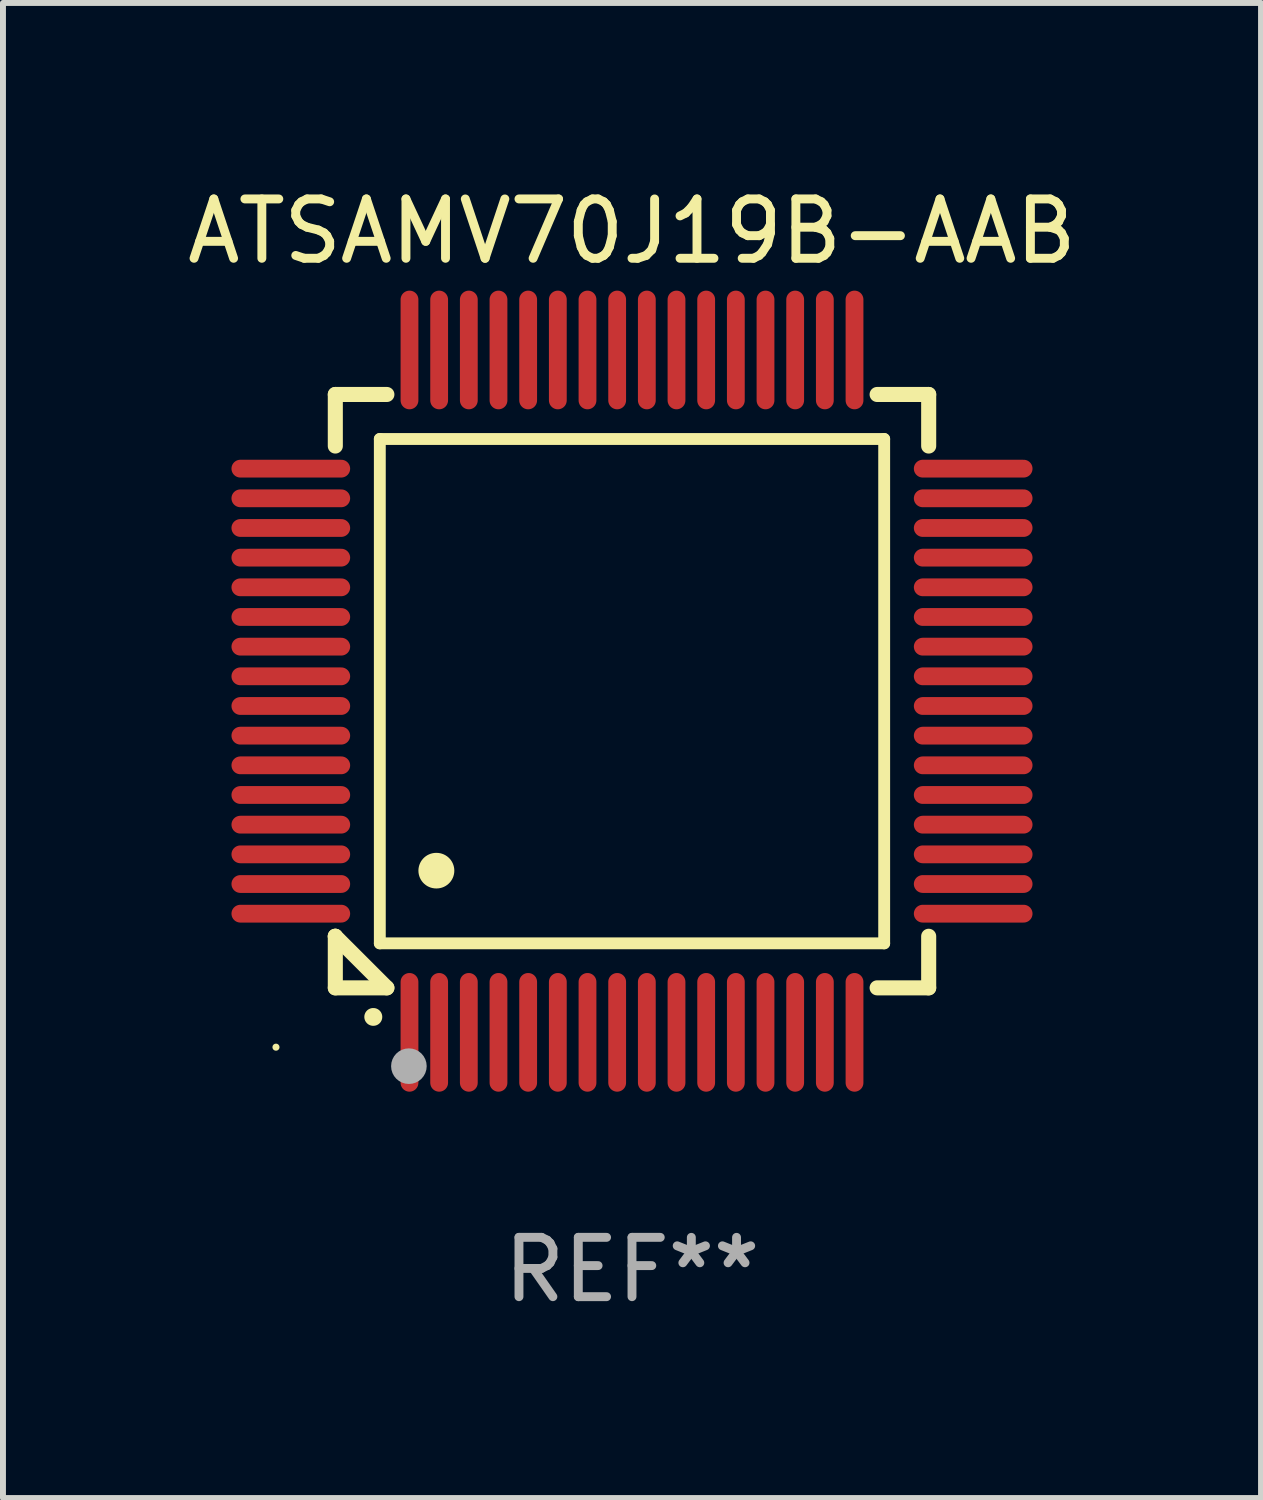
<source format=kicad_pcb>
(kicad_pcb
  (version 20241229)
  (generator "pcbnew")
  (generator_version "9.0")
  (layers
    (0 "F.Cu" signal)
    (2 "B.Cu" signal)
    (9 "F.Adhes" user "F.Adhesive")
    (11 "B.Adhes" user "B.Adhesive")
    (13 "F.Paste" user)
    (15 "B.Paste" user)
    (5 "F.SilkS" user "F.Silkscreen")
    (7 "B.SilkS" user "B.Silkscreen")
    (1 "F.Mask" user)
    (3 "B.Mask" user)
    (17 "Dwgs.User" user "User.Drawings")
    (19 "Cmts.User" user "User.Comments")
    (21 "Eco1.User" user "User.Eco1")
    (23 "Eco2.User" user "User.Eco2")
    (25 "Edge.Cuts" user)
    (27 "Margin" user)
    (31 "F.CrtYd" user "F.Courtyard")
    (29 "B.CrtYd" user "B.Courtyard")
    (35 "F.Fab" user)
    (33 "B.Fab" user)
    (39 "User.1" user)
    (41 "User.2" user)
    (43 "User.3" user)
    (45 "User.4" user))
  (footprint "ATSAMV70J19B-AAB"
    (layer "F.Cu")
    (at 7.601 8.598)
    (property "Reference" "ATSAMV70J19B-AAB" (at 0 -7.75 0) (layer "F.SilkS") (effects (font (size 1 1) (thickness 0.15))))
    (attr through_hole)
    (fp_line (start -5 -5) (end -4.131 -5) (stroke (width 0.254) (type solid)) (layer "F.SilkS"))
    (fp_line (start -5 -4.131) (end -5 -5) (stroke (width 0.254) (type solid)) (layer "F.SilkS"))
    (fp_line (start -5 4.131) (end -5 4.131) (stroke (width 0.254) (type solid)) (layer "F.SilkS"))
    (fp_line (start -5 5) (end -5 4.131) (stroke (width 0.254) (type solid)) (layer "F.SilkS"))
    (fp_line (start -5 4.131) (end -4.131 5) (stroke (width 0.254) (type solid)) (layer "F.SilkS"))
    (fp_line (start -4.25 -4.25) (end -4.25 4.25) (stroke (width 0.2) (type solid)) (layer "F.SilkS"))
    (fp_line (start -4.25 4.25) (end 4.25 4.25) (stroke (width 0.2) (type solid)) (layer "F.SilkS"))
    (fp_line (start -4.131 5) (end -5 5) (stroke (width 0.254) (type solid)) (layer "F.SilkS"))
    (fp_line (start 4.25 -4.25) (end -4.25 -4.25) (stroke (width 0.2) (type solid)) (layer "F.SilkS"))
    (fp_line (start 4.25 4.25) (end 4.25 -4.25) (stroke (width 0.2) (type solid)) (layer "F.SilkS"))
    (fp_line (start 5 -5) (end 4.131 -5) (stroke (width 0.254) (type solid)) (layer "F.SilkS"))
    (fp_line (start 5 -5) (end 5 -4.131) (stroke (width 0.254) (type solid)) (layer "F.SilkS"))
    (fp_line (start 5 4.131) (end 5 5) (stroke (width 0.254) (type solid)) (layer "F.SilkS"))
    (fp_line (start 5 5) (end 4.131 5) (stroke (width 0.254) (type solid)) (layer "F.SilkS"))
    (fp_arc (start -4.361265 5.489992) (mid -4.359995 5.489987) (end -4.358725 5.489992) (stroke (width 0.3) (type solid)) (layer "F.SilkS"))
    (fp_arc (start -3.299467 3.025146) (mid -3.296927 3.025135) (end -3.294387 3.025146) (stroke (width 0.6) (type solid)) (layer "F.SilkS"))
    (fp_circle (center -6 6) (end -5.97 6) (stroke (width 0.06) (type solid)) (fill no) (layer "F.SilkS"))
    (fp_circle (center -3.76 6.32) (end -3.61 6.32) (stroke (width 0.3) (type solid)) (fill no) (layer "F.Fab"))
    (fp_text user "REF**" (at 0 9.75 0) (layer "F.Fab") (effects (font (size 1 1) (thickness 0.15))))
    (pad "1" smd oval (at -3.75 5.75) (size 0.3 2) (layers "F.Cu" "F.Mask" "F.Paste"))
    (pad "2" smd oval (at -3.25 5.75) (size 0.3 2) (layers "F.Cu" "F.Mask" "F.Paste"))
    (pad "3" smd oval (at -2.75 5.75) (size 0.3 2) (layers "F.Cu" "F.Mask" "F.Paste"))
    (pad "4" smd oval (at -2.25 5.75) (size 0.3 2) (layers "F.Cu" "F.Mask" "F.Paste"))
    (pad "5" smd oval (at -1.75 5.75) (size 0.3 2) (layers "F.Cu" "F.Mask" "F.Paste"))
    (pad "6" smd oval (at -1.25 5.75) (size 0.3 2) (layers "F.Cu" "F.Mask" "F.Paste"))
    (pad "7" smd oval (at -0.75 5.75) (size 0.3 2) (layers "F.Cu" "F.Mask" "F.Paste"))
    (pad "8" smd oval (at -0.25 5.75) (size 0.3 2) (layers "F.Cu" "F.Mask" "F.Paste"))
    (pad "9" smd oval (at 0.25 5.75) (size 0.3 2) (layers "F.Cu" "F.Mask" "F.Paste"))
    (pad "10" smd oval (at 0.75 5.75) (size 0.3 2) (layers "F.Cu" "F.Mask" "F.Paste"))
    (pad "11" smd oval (at 1.25 5.75) (size 0.3 2) (layers "F.Cu" "F.Mask" "F.Paste"))
    (pad "12" smd oval (at 1.75 5.75) (size 0.3 2) (layers "F.Cu" "F.Mask" "F.Paste"))
    (pad "13" smd oval (at 2.25 5.75) (size 0.3 2) (layers "F.Cu" "F.Mask" "F.Paste"))
    (pad "14" smd oval (at 2.75 5.75) (size 0.3 2) (layers "F.Cu" "F.Mask" "F.Paste"))
    (pad "15" smd oval (at 3.25 5.75) (size 0.3 2) (layers "F.Cu" "F.Mask" "F.Paste"))
    (pad "16" smd oval (at 3.75 5.75) (size 0.3 2) (layers "F.Cu" "F.Mask" "F.Paste"))
    (pad "17" smd oval (at 5.75 3.75) (size 2 0.3) (layers "F.Cu" "F.Mask" "F.Paste"))
    (pad "18" smd oval (at 5.75 3.25) (size 2 0.3) (layers "F.Cu" "F.Mask" "F.Paste"))
    (pad "19" smd oval (at 5.75 2.75) (size 2 0.3) (layers "F.Cu" "F.Mask" "F.Paste"))
    (pad "20" smd oval (at 5.75 2.25) (size 2 0.3) (layers "F.Cu" "F.Mask" "F.Paste"))
    (pad "21" smd oval (at 5.75 1.75) (size 2 0.3) (layers "F.Cu" "F.Mask" "F.Paste"))
    (pad "22" smd oval (at 5.75 1.25) (size 2 0.3) (layers "F.Cu" "F.Mask" "F.Paste"))
    (pad "23" smd oval (at 5.75 0.75) (size 2 0.3) (layers "F.Cu" "F.Mask" "F.Paste"))
    (pad "24" smd oval (at 5.75 0.25) (size 2 0.3) (layers "F.Cu" "F.Mask" "F.Paste"))
    (pad "25" smd oval (at 5.75 -0.25) (size 2 0.3) (layers "F.Cu" "F.Mask" "F.Paste"))
    (pad "26" smd oval (at 5.75 -0.75) (size 2 0.3) (layers "F.Cu" "F.Mask" "F.Paste"))
    (pad "27" smd oval (at 5.75 -1.25) (size 2 0.3) (layers "F.Cu" "F.Mask" "F.Paste"))
    (pad "28" smd oval (at 5.75 -1.75) (size 2 0.3) (layers "F.Cu" "F.Mask" "F.Paste"))
    (pad "29" smd oval (at 5.75 -2.25) (size 2 0.3) (layers "F.Cu" "F.Mask" "F.Paste"))
    (pad "30" smd oval (at 5.75 -2.75) (size 2 0.3) (layers "F.Cu" "F.Mask" "F.Paste"))
    (pad "31" smd oval (at 5.75 -3.25) (size 2 0.3) (layers "F.Cu" "F.Mask" "F.Paste"))
    (pad "32" smd oval (at 5.75 -3.75) (size 2 0.3) (layers "F.Cu" "F.Mask" "F.Paste"))
    (pad "33" smd oval (at 3.75 -5.75) (size 0.3 2) (layers "F.Cu" "F.Mask" "F.Paste"))
    (pad "34" smd oval (at 3.25 -5.75) (size 0.3 2) (layers "F.Cu" "F.Mask" "F.Paste"))
    (pad "35" smd oval (at 2.75 -5.75) (size 0.3 2) (layers "F.Cu" "F.Mask" "F.Paste"))
    (pad "36" smd oval (at 2.25 -5.75) (size 0.3 2) (layers "F.Cu" "F.Mask" "F.Paste"))
    (pad "37" smd oval (at 1.75 -5.75) (size 0.3 2) (layers "F.Cu" "F.Mask" "F.Paste"))
    (pad "38" smd oval (at 1.25 -5.75) (size 0.3 2) (layers "F.Cu" "F.Mask" "F.Paste"))
    (pad "39" smd oval (at 0.75 -5.75) (size 0.3 2) (layers "F.Cu" "F.Mask" "F.Paste"))
    (pad "40" smd oval (at 0.25 -5.75) (size 0.3 2) (layers "F.Cu" "F.Mask" "F.Paste"))
    (pad "41" smd oval (at -0.25 -5.75) (size 0.3 2) (layers "F.Cu" "F.Mask" "F.Paste"))
    (pad "42" smd oval (at -0.75 -5.75) (size 0.3 2) (layers "F.Cu" "F.Mask" "F.Paste"))
    (pad "43" smd oval (at -1.25 -5.75) (size 0.3 2) (layers "F.Cu" "F.Mask" "F.Paste"))
    (pad "44" smd oval (at -1.75 -5.75) (size 0.3 2) (layers "F.Cu" "F.Mask" "F.Paste"))
    (pad "45" smd oval (at -2.25 -5.75) (size 0.3 2) (layers "F.Cu" "F.Mask" "F.Paste"))
    (pad "46" smd oval (at -2.75 -5.75) (size 0.3 2) (layers "F.Cu" "F.Mask" "F.Paste"))
    (pad "47" smd oval (at -3.25 -5.75) (size 0.3 2) (layers "F.Cu" "F.Mask" "F.Paste"))
    (pad "48" smd oval (at -3.75 -5.75) (size 0.3 2) (layers "F.Cu" "F.Mask" "F.Paste"))
    (pad "49" smd oval (at -5.75 -3.75) (size 2 0.3) (layers "F.Cu" "F.Mask" "F.Paste"))
    (pad "50" smd oval (at -5.75 -3.25) (size 2 0.3) (layers "F.Cu" "F.Mask" "F.Paste"))
    (pad "51" smd oval (at -5.75 -2.75) (size 2 0.3) (layers "F.Cu" "F.Mask" "F.Paste"))
    (pad "52" smd oval (at -5.75 -2.25) (size 2 0.3) (layers "F.Cu" "F.Mask" "F.Paste"))
    (pad "53" smd oval (at -5.75 -1.75) (size 2 0.3) (layers "F.Cu" "F.Mask" "F.Paste"))
    (pad "54" smd oval (at -5.75 -1.25) (size 2 0.3) (layers "F.Cu" "F.Mask" "F.Paste"))
    (pad "55" smd oval (at -5.75 -0.75) (size 2 0.3) (layers "F.Cu" "F.Mask" "F.Paste"))
    (pad "56" smd oval (at -5.75 -0.25) (size 2 0.3) (layers "F.Cu" "F.Mask" "F.Paste"))
    (pad "57" smd oval (at -5.75 0.25) (size 2 0.3) (layers "F.Cu" "F.Mask" "F.Paste"))
    (pad "58" smd oval (at -5.75 0.75) (size 2 0.3) (layers "F.Cu" "F.Mask" "F.Paste"))
    (pad "59" smd oval (at -5.75 1.25) (size 2 0.3) (layers "F.Cu" "F.Mask" "F.Paste"))
    (pad "60" smd oval (at -5.75 1.75) (size 2 0.3) (layers "F.Cu" "F.Mask" "F.Paste"))
    (pad "61" smd oval (at -5.75 2.25) (size 2 0.3) (layers "F.Cu" "F.Mask" "F.Paste"))
    (pad "62" smd oval (at -5.75 2.75) (size 2 0.3) (layers "F.Cu" "F.Mask" "F.Paste"))
    (pad "63" smd oval (at -5.75 3.25) (size 2 0.3) (layers "F.Cu" "F.Mask" "F.Paste"))
    (pad "64" smd oval (at -5.75 3.75) (size 2 0.3) (layers "F.Cu" "F.Mask" "F.Paste")))
  (gr_rect
    (start -3 -3)
    (end 18.202 22.196)
    (stroke (width 0.1) (type default))
    (fill no)
    (layer "Edge.Cuts")))
</source>
